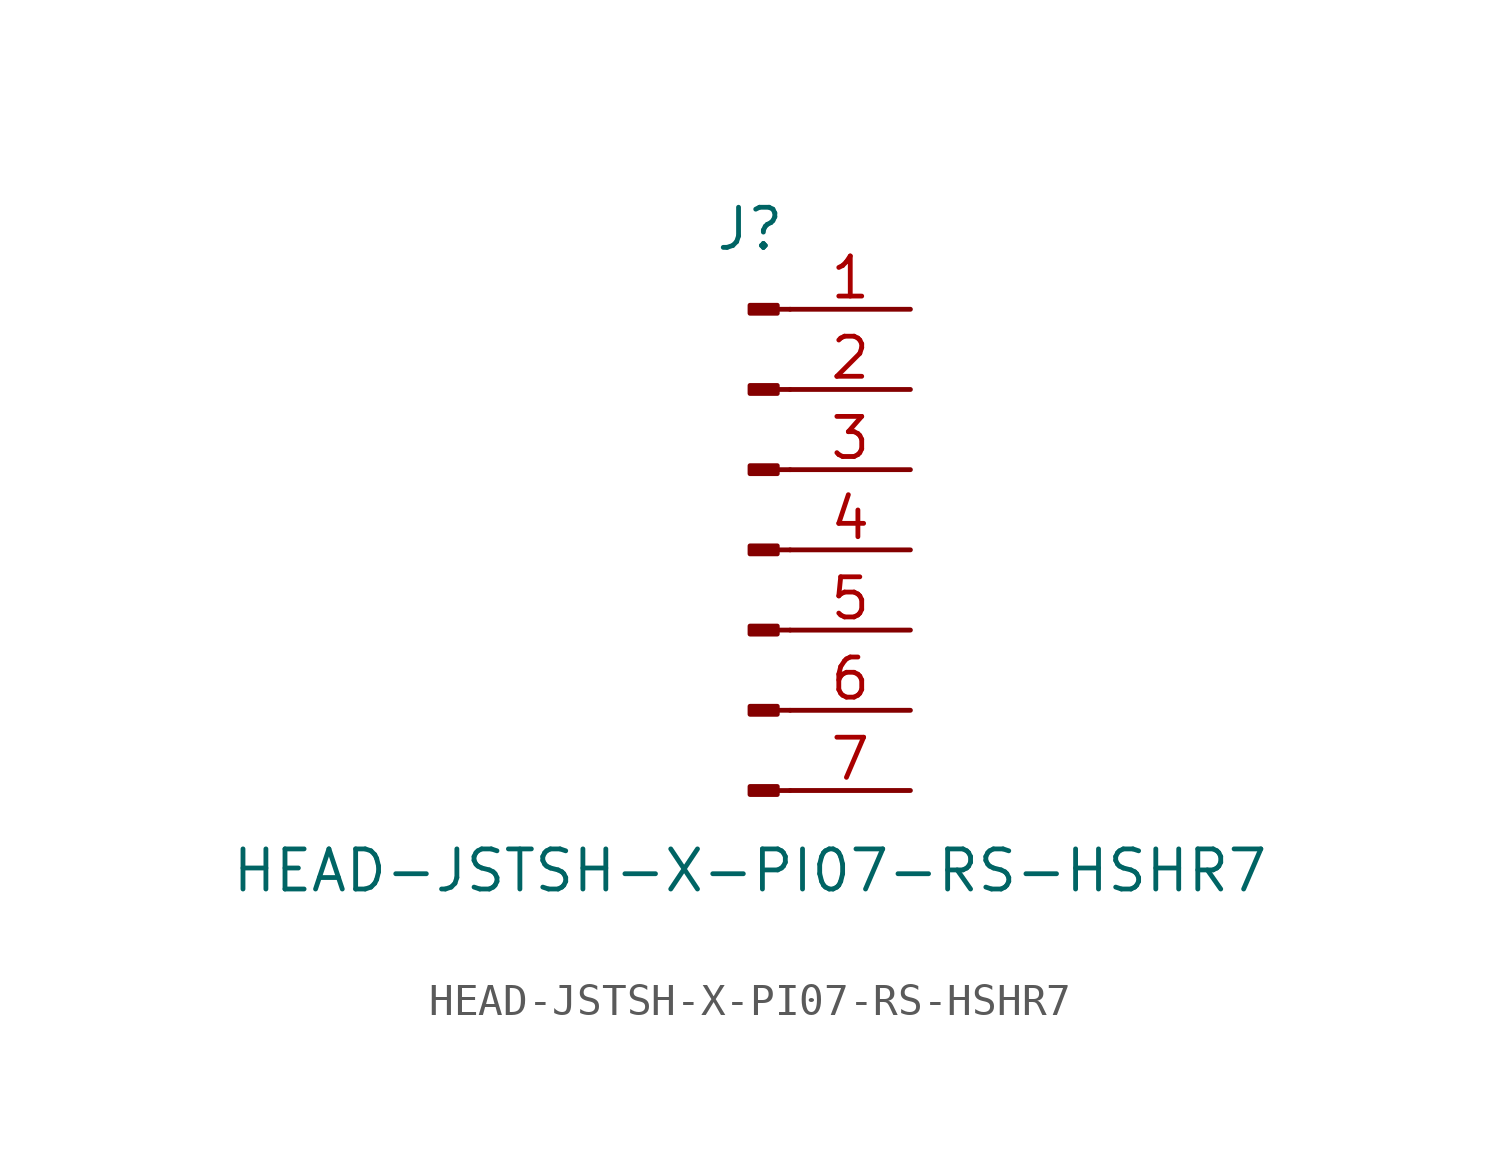
<source format=kicad_sym>
(kicad_symbol_lib
  (version 20211014)
  (generator kicad_symbol_editor)
  (symbol "HEAD-JSTSH-X-PI07-RS-HSHR7"
    (pin_names
      (offset 1.016) hide)
    (property "Reference" "J"
      (at 0 10.16 0)
      (effects (font (size 1.27 1.27))))
    (property "Value" "HEAD-JSTSH-X-PI07-RS-HSHR7"
      (at 0 -10.16 0)
      (effects (font (size 1.27 1.27))))
    (symbol "HEAD-JSTSH-X-PI07-RS-HSHR7_1_1"
      (polyline (pts (xy 1.27 -7.62) (xy 0.864 -7.62)) (stroke (width 0.152) (type default) (color 0 0 0 0)) (fill (type none)))
      (polyline (pts (xy 1.27 -5.08) (xy 0.864 -5.08)) (stroke (width 0.152) (type default) (color 0 0 0 0)) (fill (type none)))
      (polyline (pts (xy 1.27 -2.54) (xy 0.864 -2.54)) (stroke (width 0.152) (type default) (color 0 0 0 0)) (fill (type none)))
      (polyline (pts (xy 1.27 0) (xy 0.864 0)) (stroke (width 0.152) (type default) (color 0 0 0 0)) (fill (type none)))
      (polyline (pts (xy 1.27 2.54) (xy 0.864 2.54)) (stroke (width 0.152) (type default) (color 0 0 0 0)) (fill (type none)))
      (polyline (pts (xy 1.27 5.08) (xy 0.864 5.08)) (stroke (width 0.152) (type default) (color 0 0 0 0)) (fill (type none)))
      (polyline (pts (xy 1.27 7.62) (xy 0.864 7.62)) (stroke (width 0.152) (type default) (color 0 0 0 0)) (fill (type none)))
      (rectangle (start 0.864 -7.493) (end 0 -7.747) (stroke (width 0.152) (type default) (color 0 0 0 0)) (fill (type outline)))
      (rectangle (start 0.864 -4.953) (end 0 -5.207) (stroke (width 0.152) (type default) (color 0 0 0 0)) (fill (type outline)))
      (rectangle (start 0.864 -2.413) (end 0 -2.667) (stroke (width 0.152) (type default) (color 0 0 0 0)) (fill (type outline)))
      (rectangle (start 0.864 0.127) (end 0 -0.127) (stroke (width 0.152) (type default) (color 0 0 0 0)) (fill (type outline)))
      (rectangle (start 0.864 2.667) (end 0 2.413) (stroke (width 0.152) (type default) (color 0 0 0 0)) (fill (type outline)))
      (rectangle (start 0.864 5.207) (end 0 4.953) (stroke (width 0.152) (type default) (color 0 0 0 0)) (fill (type outline)))
      (rectangle (start 0.864 7.747) (end 0 7.493) (stroke (width 0.152) (type default) (color 0 0 0 0)) (fill (type outline)))
      (pin passive line (at 5.08 7.62 180) (length 3.81) (name "Pin_1" (effects (font (size 1.27 1.27)))) (number "1" (effects (font (size 1.27 1.27)))))
      (pin passive line (at 5.08 5.08 180) (length 3.81) (name "Pin_2" (effects (font (size 1.27 1.27)))) (number "2" (effects (font (size 1.27 1.27)))))
      (pin passive line (at 5.08 2.54 180) (length 3.81) (name "Pin_3" (effects (font (size 1.27 1.27)))) (number "3" (effects (font (size 1.27 1.27)))))
      (pin passive line (at 5.08 0 180) (length 3.81) (name "Pin_4" (effects (font (size 1.27 1.27)))) (number "4" (effects (font (size 1.27 1.27)))))
      (pin passive line (at 5.08 -2.54 180) (length 3.81) (name "Pin_5" (effects (font (size 1.27 1.27)))) (number "5" (effects (font (size 1.27 1.27)))))
      (pin passive line (at 5.08 -5.08 180) (length 3.81) (name "Pin_6" (effects (font (size 1.27 1.27)))) (number "6" (effects (font (size 1.27 1.27)))))
      (pin passive line (at 5.08 -7.62 180) (length 3.81) (name "Pin_7" (effects (font (size 1.27 1.27)))) (number "7" (effects (font (size 1.27 1.27))))))))
</source>
